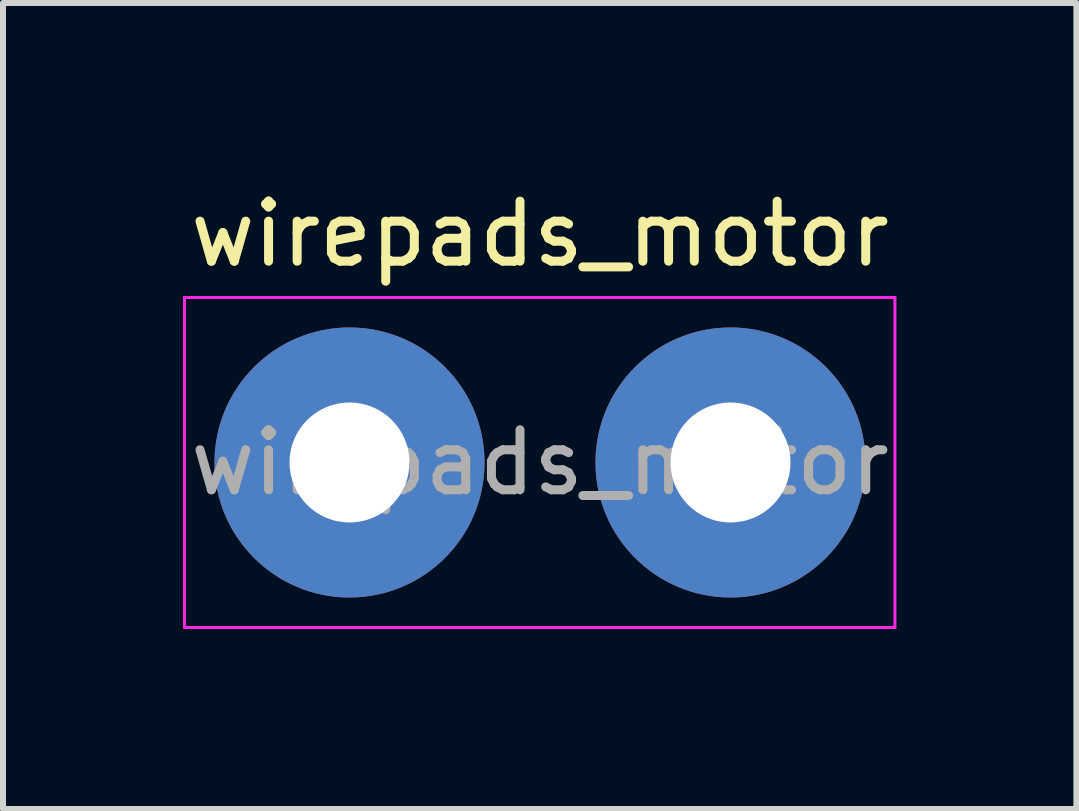
<source format=kicad_pcb>
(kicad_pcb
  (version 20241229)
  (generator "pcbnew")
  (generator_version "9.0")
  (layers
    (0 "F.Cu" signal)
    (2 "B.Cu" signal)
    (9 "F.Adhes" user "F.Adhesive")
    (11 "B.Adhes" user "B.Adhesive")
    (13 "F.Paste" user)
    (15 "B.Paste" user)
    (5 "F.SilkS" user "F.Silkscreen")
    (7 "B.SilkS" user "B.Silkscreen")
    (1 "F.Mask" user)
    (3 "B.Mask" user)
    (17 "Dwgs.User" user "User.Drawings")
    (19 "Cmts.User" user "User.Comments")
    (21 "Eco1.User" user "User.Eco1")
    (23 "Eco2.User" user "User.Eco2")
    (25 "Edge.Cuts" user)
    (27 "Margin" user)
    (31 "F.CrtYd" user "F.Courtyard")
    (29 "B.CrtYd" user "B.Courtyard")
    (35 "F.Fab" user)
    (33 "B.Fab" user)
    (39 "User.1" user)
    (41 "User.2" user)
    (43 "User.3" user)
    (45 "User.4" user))
  (footprint "wirepads_motor"
    (layer "F.Cu")
    (at 2.775 4.658)
    (property "Reference" "wirepads_motor" (at 3.175 -3.81 0) (layer "F.SilkS") (effects (font (size 1 1) (thickness 0.15))))
    (attr exclude_from_pos_files exclude_from_bom)
    (fp_line (start -2.75 -2.75) (end -2.75 2.75) (stroke (width 0.05) (type solid)) (layer "F.CrtYd"))
    (fp_line (start -2.75 -2.75) (end 9.09 -2.75) (stroke (width 0.05) (type solid)) (layer "F.CrtYd"))
    (fp_line (start 9.09 2.75) (end -2.75 2.75) (stroke (width 0.05) (type solid)) (layer "F.CrtYd"))
    (fp_line (start 9.09 2.75) (end 9.09 -2.75) (stroke (width 0.05) (type solid)) (layer "F.CrtYd"))
    (fp_text user "${REFERENCE}" (at 3.175 0 0) (layer "F.Fab") (effects (font (size 1 1) (thickness 0.15))))
    (pad "1" thru_hole circle (at 0 0) (size 4.501 4.501) (drill 1.999) (layers "*.Cu" "*.Mask"))
    (pad "2" thru_hole circle (at 6.35 0) (size 4.501 4.501) (drill 1.999) (layers "*.Cu" "*.Mask")))
  (gr_rect
    (start -3 -3)
    (end 14.89 10.433)
    (stroke (width 0.1) (type default))
    (fill no)
    (layer "Edge.Cuts")))
</source>
